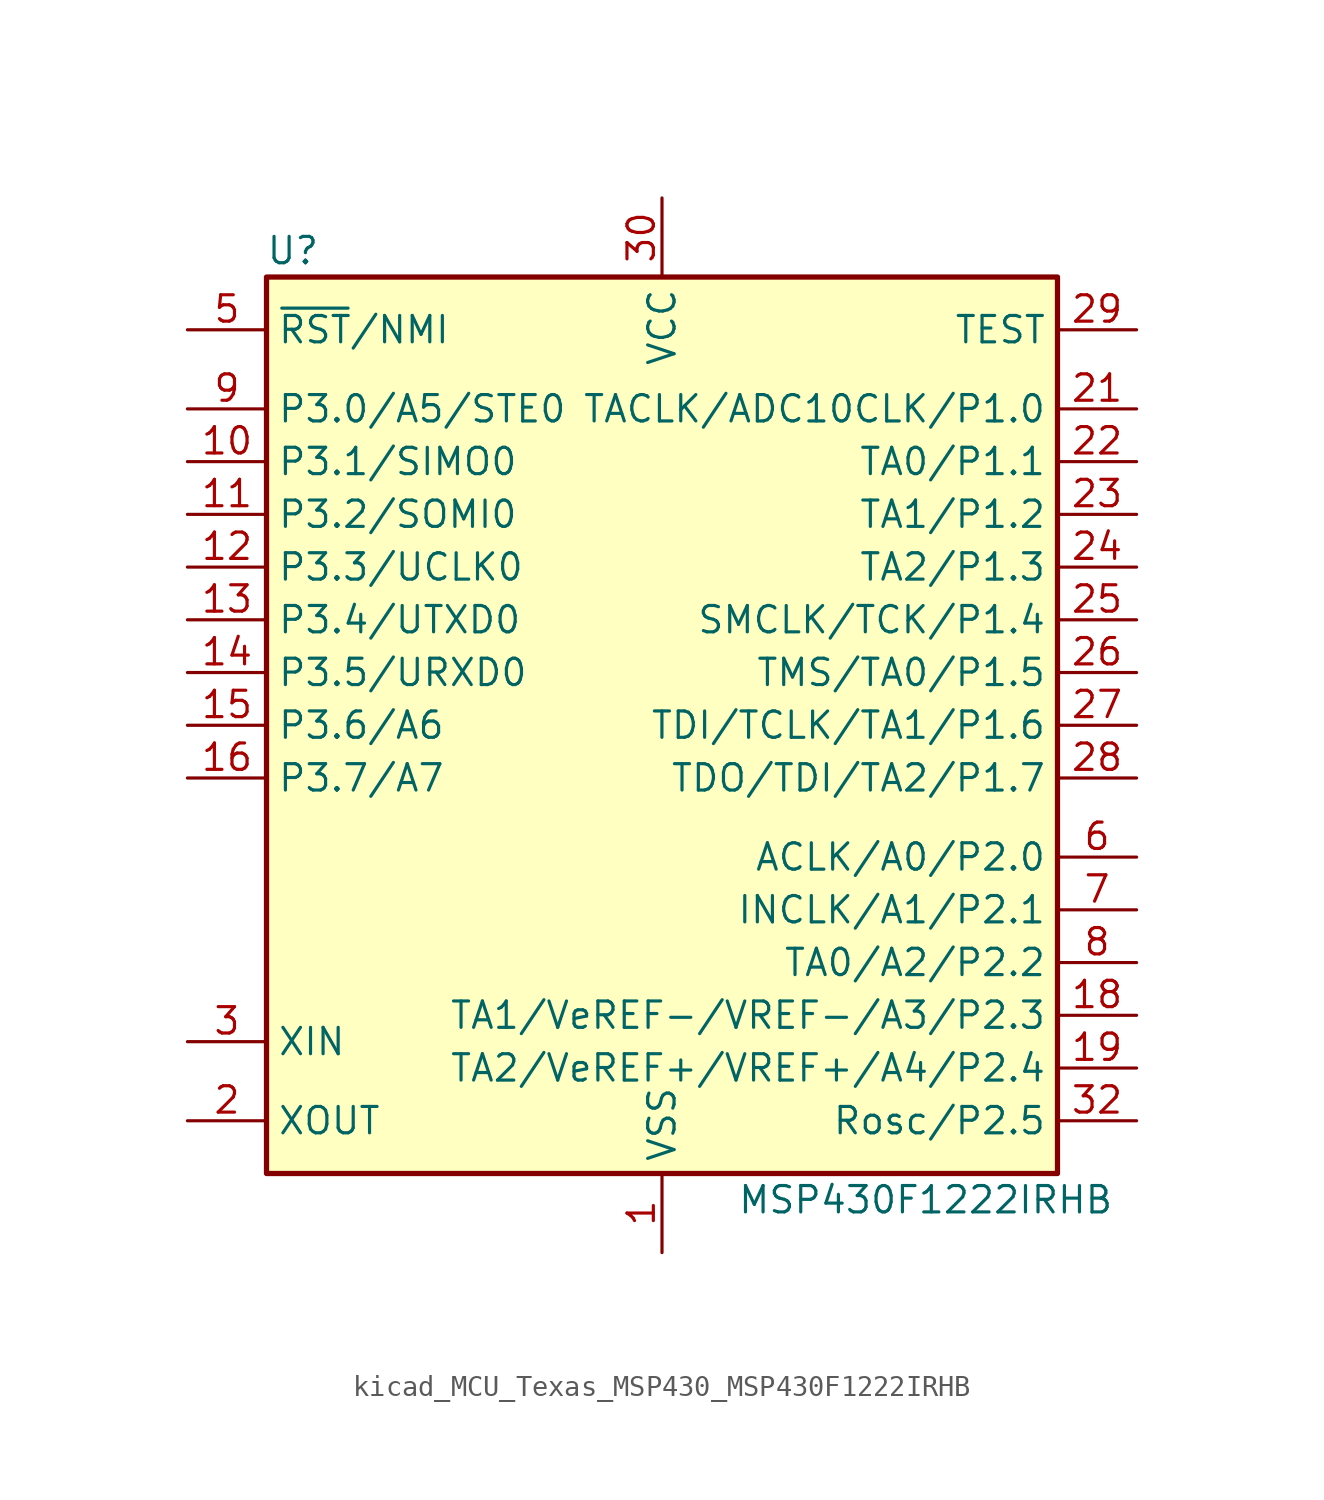
<source format=kicad_sym>
(kicad_symbol_lib
  (version 20220914)
  (generator kicad_symbol_editor)
  (symbol "kicad_MCU_Texas_MSP430_MSP430F1222IRHB"
    (property "Reference" "U"
      (at -17.78 22.86 0)
      (effects (font (size 1.27 1.27))))
    (property "Value" "MSP430F1222IRHB"
      (at 12.7 -22.86 0)
      (effects (font (size 1.27 1.27))))
    (symbol "kicad_MCU_Texas_MSP430_MSP430F1222IRHB_0_1"
      (rectangle (start -19.05 21.59) (end 19.05 -21.59) (stroke (width 0.254) (type default)) (fill (type background))))
    (symbol "kicad_MCU_Texas_MSP430_MSP430F1222IRHB_1_1"
      (pin power_in line (at 0 -25.4 90) (length 3.81) (name "VSS" (effects (font (size 1.27 1.27)))) (number "1" (effects (font (size 1.27 1.27)))))
      (pin bidirectional line (at -22.86 12.7 0) (length 3.81) (name "P3.1/SIMO0" (effects (font (size 1.27 1.27)))) (number "10" (effects (font (size 1.27 1.27)))))
      (pin bidirectional line (at -22.86 10.16 0) (length 3.81) (name "P3.2/SOMI0" (effects (font (size 1.27 1.27)))) (number "11" (effects (font (size 1.27 1.27)))))
      (pin bidirectional line (at -22.86 7.62 0) (length 3.81) (name "P3.3/UCLK0" (effects (font (size 1.27 1.27)))) (number "12" (effects (font (size 1.27 1.27)))))
      (pin bidirectional line (at -22.86 5.08 0) (length 3.81) (name "P3.4/UTXD0" (effects (font (size 1.27 1.27)))) (number "13" (effects (font (size 1.27 1.27)))))
      (pin bidirectional line (at -22.86 2.54 0) (length 3.81) (name "P3.5/URXD0" (effects (font (size 1.27 1.27)))) (number "14" (effects (font (size 1.27 1.27)))))
      (pin bidirectional line (at -22.86 0 0) (length 3.81) (name "P3.6/A6" (effects (font (size 1.27 1.27)))) (number "15" (effects (font (size 1.27 1.27)))))
      (pin bidirectional line (at -22.86 -2.54 0) (length 3.81) (name "P3.7/A7" (effects (font (size 1.27 1.27)))) (number "16" (effects (font (size 1.27 1.27)))))
      (pin bidirectional line (at 22.86 -13.97 180) (length 3.81) (name "TA1/VeREF-/VREF-/A3/P2.3" (effects (font (size 1.27 1.27)))) (number "18" (effects (font (size 1.27 1.27)))))
      (pin bidirectional line (at 22.86 -16.51 180) (length 3.81) (name "TA2/VeREF+/VREF+/A4/P2.4" (effects (font (size 1.27 1.27)))) (number "19" (effects (font (size 1.27 1.27)))))
      (pin output line (at -22.86 -19.05 0) (length 3.81) (name "XOUT" (effects (font (size 1.27 1.27)))) (number "2" (effects (font (size 1.27 1.27)))))
      (pin bidirectional line (at 22.86 15.24 180) (length 3.81) (name "TACLK/ADC10CLK/P1.0" (effects (font (size 1.27 1.27)))) (number "21" (effects (font (size 1.27 1.27)))))
      (pin bidirectional line (at 22.86 12.7 180) (length 3.81) (name "TA0/P1.1" (effects (font (size 1.27 1.27)))) (number "22" (effects (font (size 1.27 1.27)))))
      (pin bidirectional line (at 22.86 10.16 180) (length 3.81) (name "TA1/P1.2" (effects (font (size 1.27 1.27)))) (number "23" (effects (font (size 1.27 1.27)))))
      (pin bidirectional line (at 22.86 7.62 180) (length 3.81) (name "TA2/P1.3" (effects (font (size 1.27 1.27)))) (number "24" (effects (font (size 1.27 1.27)))))
      (pin bidirectional line (at 22.86 5.08 180) (length 3.81) (name "SMCLK/TCK/P1.4" (effects (font (size 1.27 1.27)))) (number "25" (effects (font (size 1.27 1.27)))))
      (pin bidirectional line (at 22.86 2.54 180) (length 3.81) (name "TMS/TA0/P1.5" (effects (font (size 1.27 1.27)))) (number "26" (effects (font (size 1.27 1.27)))))
      (pin bidirectional line (at 22.86 0 180) (length 3.81) (name "TDI/TCLK/TA1/P1.6" (effects (font (size 1.27 1.27)))) (number "27" (effects (font (size 1.27 1.27)))))
      (pin bidirectional line (at 22.86 -2.54 180) (length 3.81) (name "TDO/TDI/TA2/P1.7" (effects (font (size 1.27 1.27)))) (number "28" (effects (font (size 1.27 1.27)))))
      (pin input line (at 22.86 19.05 180) (length 3.81) (name "TEST" (effects (font (size 1.27 1.27)))) (number "29" (effects (font (size 1.27 1.27)))))
      (pin input line (at -22.86 -15.24 0) (length 3.81) (name "XIN" (effects (font (size 1.27 1.27)))) (number "3" (effects (font (size 1.27 1.27)))))
      (pin power_in line (at 0 25.4 270) (length 3.81) (name "VCC" (effects (font (size 1.27 1.27)))) (number "30" (effects (font (size 1.27 1.27)))))
      (pin bidirectional line (at 22.86 -19.05 180) (length 3.81) (name "Rosc/P2.5" (effects (font (size 1.27 1.27)))) (number "32" (effects (font (size 1.27 1.27)))))
      (pin input line (at -22.86 19.05 0) (length 3.81) (name "~{RST}/NMI" (effects (font (size 1.27 1.27)))) (number "5" (effects (font (size 1.27 1.27)))))
      (pin bidirectional line (at 22.86 -6.35 180) (length 3.81) (name "ACLK/A0/P2.0" (effects (font (size 1.27 1.27)))) (number "6" (effects (font (size 1.27 1.27)))))
      (pin bidirectional line (at 22.86 -8.89 180) (length 3.81) (name "INCLK/A1/P2.1" (effects (font (size 1.27 1.27)))) (number "7" (effects (font (size 1.27 1.27)))))
      (pin bidirectional line (at 22.86 -11.43 180) (length 3.81) (name "TA0/A2/P2.2" (effects (font (size 1.27 1.27)))) (number "8" (effects (font (size 1.27 1.27)))))
      (pin bidirectional line (at -22.86 15.24 0) (length 3.81) (name "P3.0/A5/STE0" (effects (font (size 1.27 1.27)))) (number "9" (effects (font (size 1.27 1.27))))))))
</source>
